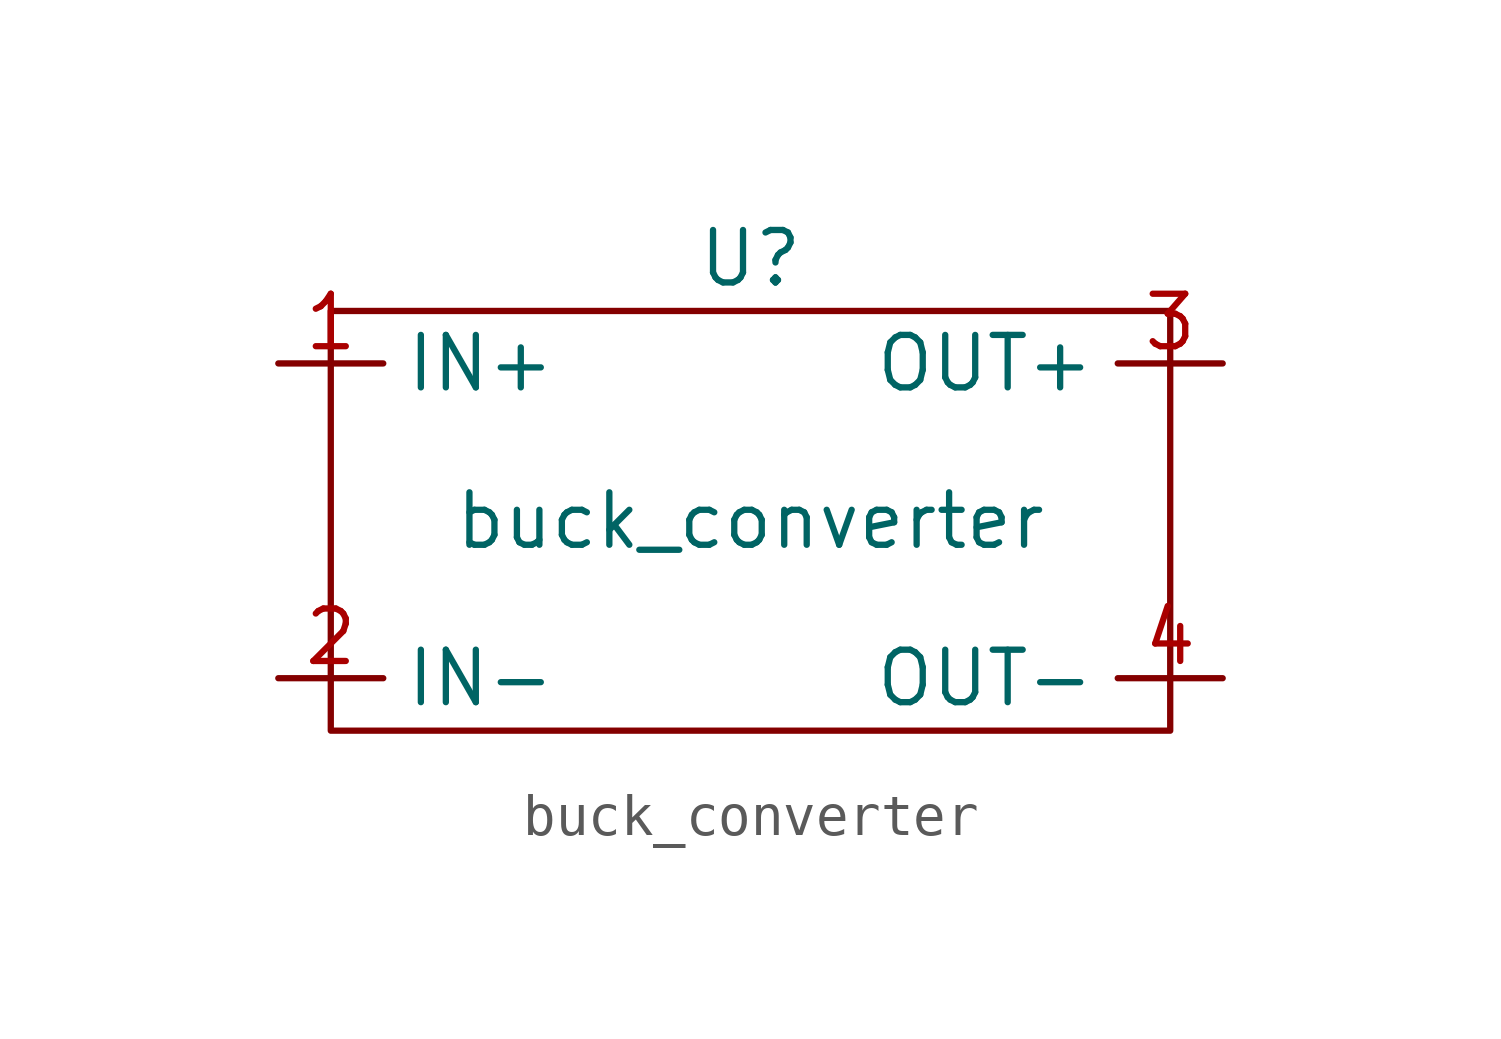
<source format=kicad_sym>
(kicad_symbol_lib
  (version 20211014)
  (generator kicad_symbol_editor)
  (symbol "buck_converter"
    (property "Reference" "U"
      (at 10.16 1.27 0)
      (effects (font (size 1.27 1.27))))
    (property "Value" "buck_converter"
      (at 10.16 -5.08 0)
      (effects (font (size 1.27 1.27))))
    (symbol "buck_converter_0_1"
      (rectangle (start 0 0) (end 20.32 -10.16) (stroke (width 0) (type default) (color 0 0 0 0)) (fill (type none))))
    (symbol "buck_converter_1_1"
      (pin input line (at -1.27 -1.27 0) (length 2.54) (name "IN+" (effects (font (size 1.27 1.27)))) (number "1" (effects (font (size 1.27 1.27)))))
      (pin input line (at -1.27 -8.89 0) (length 2.54) (name "IN-" (effects (font (size 1.27 1.27)))) (number "2" (effects (font (size 1.27 1.27)))))
      (pin output line (at 21.59 -1.27 180) (length 2.54) (name "OUT+" (effects (font (size 1.27 1.27)))) (number "3" (effects (font (size 1.27 1.27)))))
      (pin output line (at 21.59 -8.89 180) (length 2.54) (name "OUT-" (effects (font (size 1.27 1.27)))) (number "4" (effects (font (size 1.27 1.27))))))))
</source>
